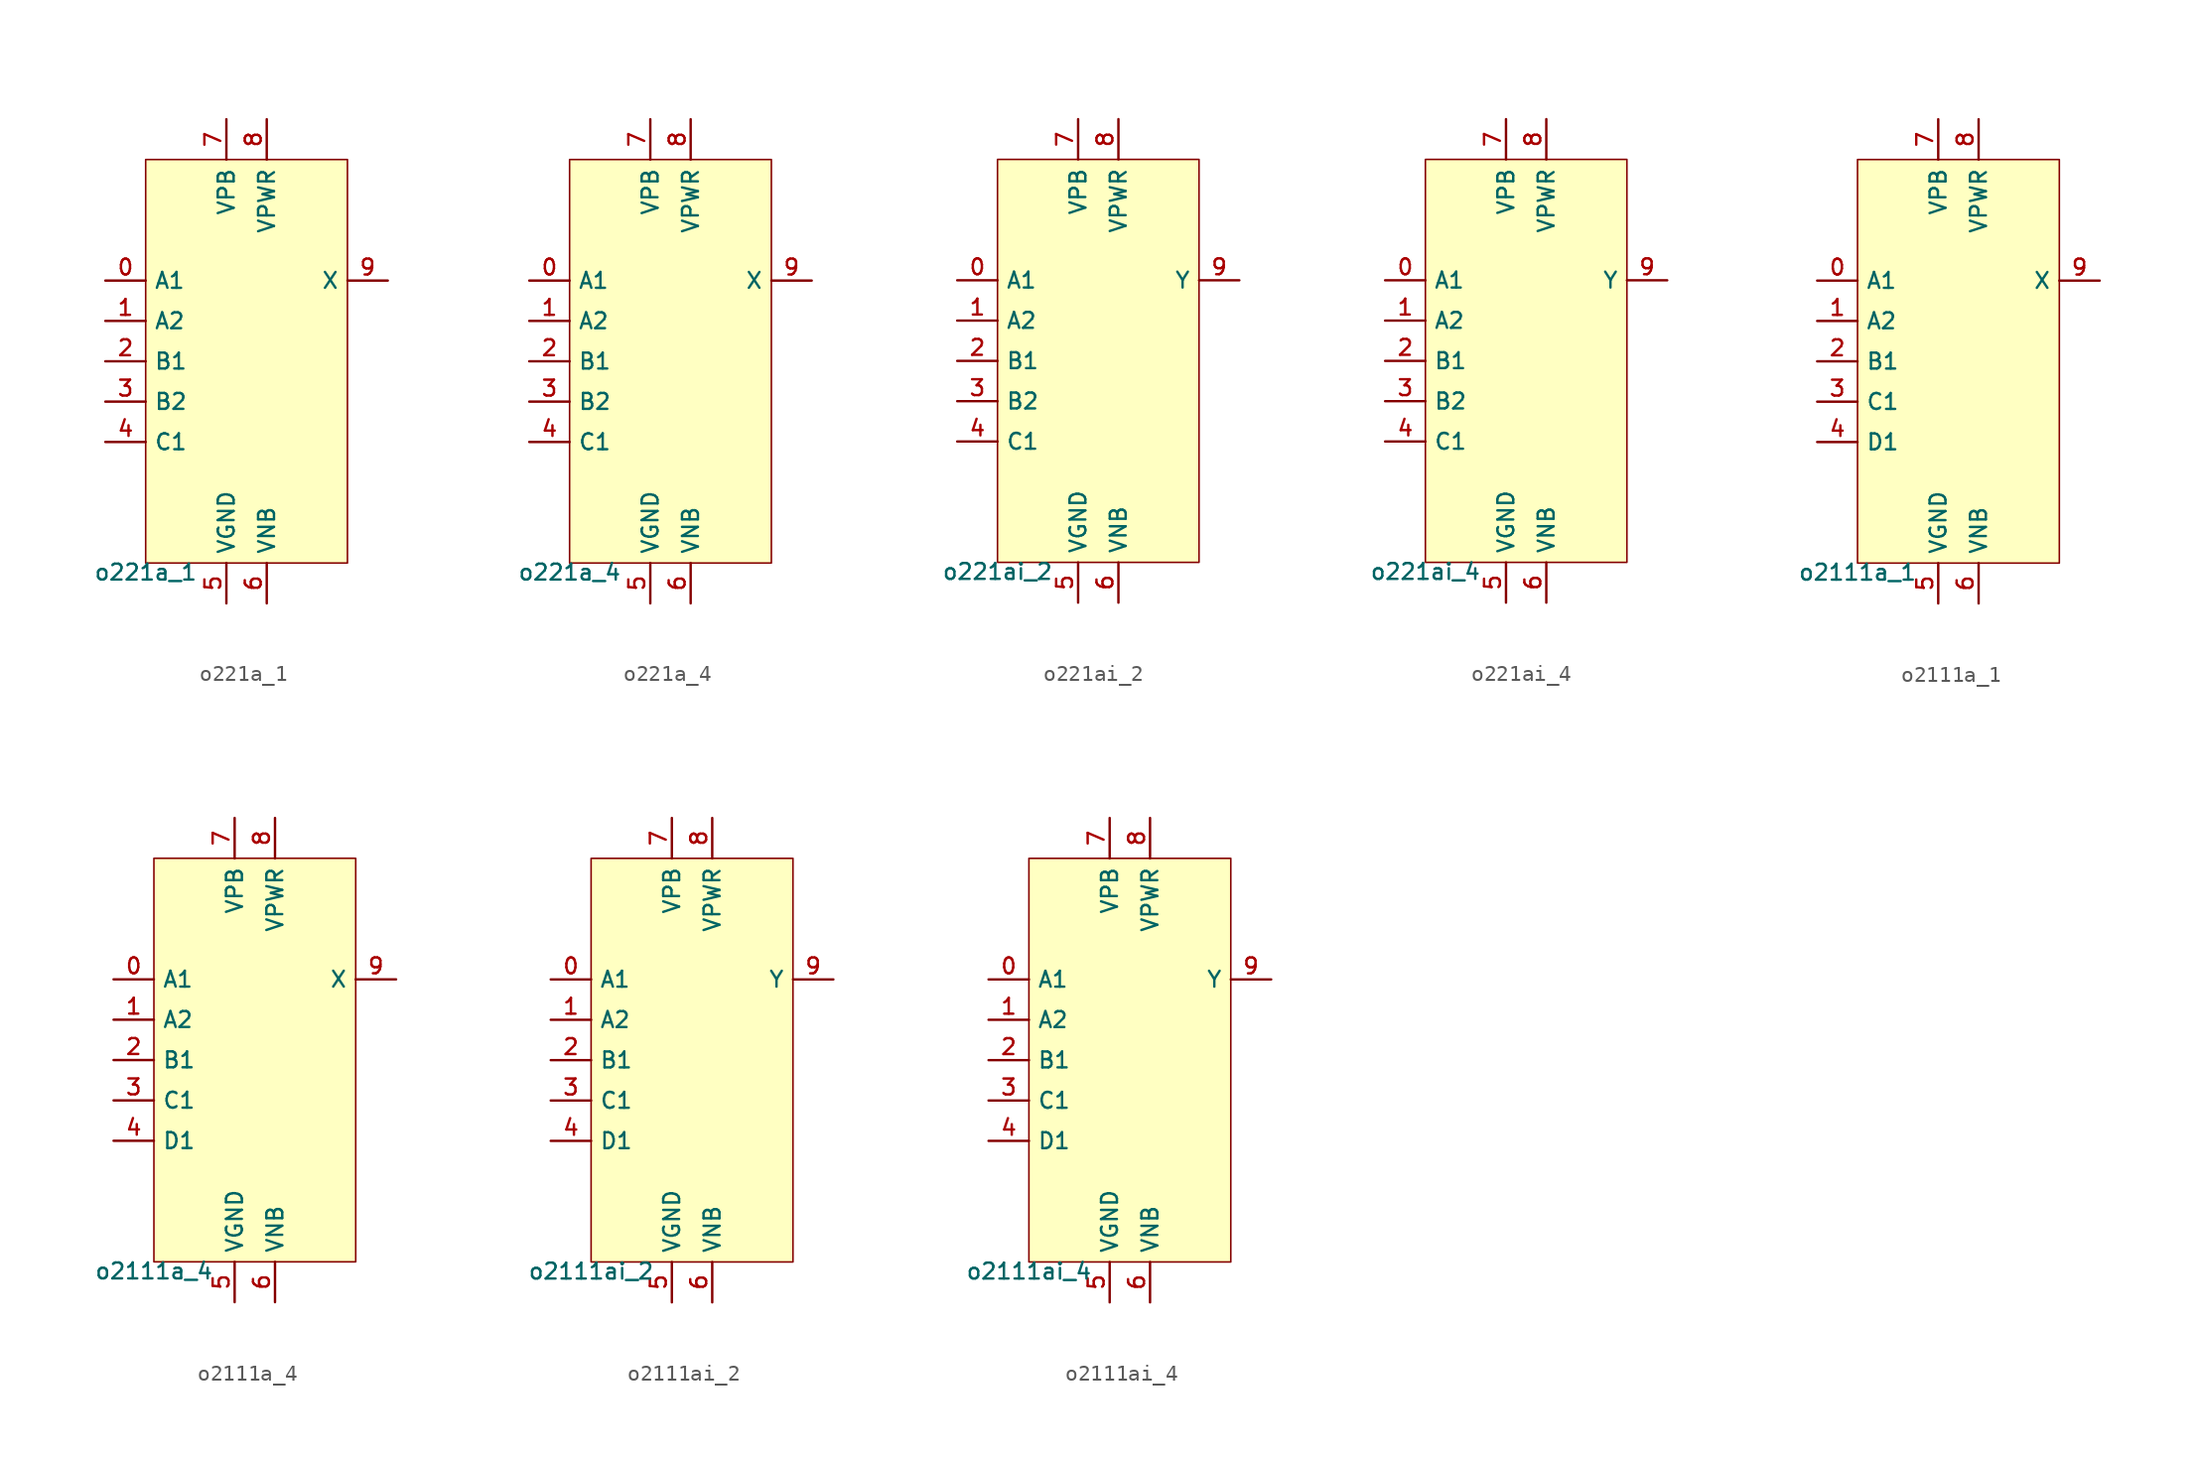
<source format=kicad_sym>
(kicad_symbol_lib
  (version 20211014)
  (generator pdk2kicad)
  (symbol "o221a_1"
    (property "Reference" "X"
      (at 0 0 0)
      (effects (font (size 1 1)) hide))
    (property "Value" "o221a_1"
      (at -6.35 -12.7 0)
      (effects (font (size 1 1)) (justify top)))
    (rectangle
      (start -6.35 -12.7)
      (end 6.35 12.7)
      (stroke (width 0.1) (type solid) (color 0 0 0 0))
      (fill (type background)))
    (pin input line
      (at -8.89 5.08 0)
      (length 2.54)
      (name "A1" (effects (font (size 1 1)) hide))
      (number "0" (effects (font (size 1 1)) hide)))
    (pin input line
      (at -8.89 2.54 0)
      (length 2.54)
      (name "A2" (effects (font (size 1 1)) hide))
      (number "1" (effects (font (size 1 1)) hide)))
    (pin input line
      (at -8.89 -8.881784197001252e-16 0)
      (length 2.54)
      (name "B1" (effects (font (size 1 1)) hide))
      (number "2" (effects (font (size 1 1)) hide)))
    (pin input line
      (at -8.89 -2.54 0)
      (length 2.54)
      (name "B2" (effects (font (size 1 1)) hide))
      (number "3" (effects (font (size 1 1)) hide)))
    (pin input line
      (at -8.89 -5.08 0)
      (length 2.54)
      (name "C1" (effects (font (size 1 1)) hide))
      (number "4" (effects (font (size 1 1)) hide)))
    (pin power_in line
      (at -1.27 -15.24 90)
      (length 2.54)
      (name "VGND" (effects (font (size 1 1)) hide))
      (number "5" (effects (font (size 1 1)) hide)))
    (pin power_in line
      (at 1.27 -15.24 90)
      (length 2.54)
      (name "VNB" (effects (font (size 1 1)) hide))
      (number "6" (effects (font (size 1 1)) hide)))
    (pin power_in line
      (at -1.27 15.24 270)
      (length 2.54)
      (name "VPB" (effects (font (size 1 1)) hide))
      (number "7" (effects (font (size 1 1)) hide)))
    (pin power_in line
      (at 1.27 15.24 270)
      (length 2.54)
      (name "VPWR" (effects (font (size 1 1)) hide))
      (number "8" (effects (font (size 1 1)) hide)))
    (pin output line
      (at 8.89 5.08 180)
      (length 2.54)
      (name "X" (effects (font (size 1 1)) hide))
      (number "9" (effects (font (size 1 1)) hide))))
  (symbol "o221a_4"
    (property "Reference" "X"
      (at 0 0 0)
      (effects (font (size 1 1)) hide))
    (property "Value" "o221a_4"
      (at -6.35 -12.7 0)
      (effects (font (size 1 1)) (justify top)))
    (rectangle
      (start -6.35 -12.7)
      (end 6.35 12.7)
      (stroke (width 0.1) (type solid) (color 0 0 0 0))
      (fill (type background)))
    (pin input line
      (at -8.89 5.08 0)
      (length 2.54)
      (name "A1" (effects (font (size 1 1)) hide))
      (number "0" (effects (font (size 1 1)) hide)))
    (pin input line
      (at -8.89 2.54 0)
      (length 2.54)
      (name "A2" (effects (font (size 1 1)) hide))
      (number "1" (effects (font (size 1 1)) hide)))
    (pin input line
      (at -8.89 -8.881784197001252e-16 0)
      (length 2.54)
      (name "B1" (effects (font (size 1 1)) hide))
      (number "2" (effects (font (size 1 1)) hide)))
    (pin input line
      (at -8.89 -2.54 0)
      (length 2.54)
      (name "B2" (effects (font (size 1 1)) hide))
      (number "3" (effects (font (size 1 1)) hide)))
    (pin input line
      (at -8.89 -5.08 0)
      (length 2.54)
      (name "C1" (effects (font (size 1 1)) hide))
      (number "4" (effects (font (size 1 1)) hide)))
    (pin power_in line
      (at -1.27 -15.24 90)
      (length 2.54)
      (name "VGND" (effects (font (size 1 1)) hide))
      (number "5" (effects (font (size 1 1)) hide)))
    (pin power_in line
      (at 1.27 -15.24 90)
      (length 2.54)
      (name "VNB" (effects (font (size 1 1)) hide))
      (number "6" (effects (font (size 1 1)) hide)))
    (pin power_in line
      (at -1.27 15.24 270)
      (length 2.54)
      (name "VPB" (effects (font (size 1 1)) hide))
      (number "7" (effects (font (size 1 1)) hide)))
    (pin power_in line
      (at 1.27 15.24 270)
      (length 2.54)
      (name "VPWR" (effects (font (size 1 1)) hide))
      (number "8" (effects (font (size 1 1)) hide)))
    (pin output line
      (at 8.89 5.08 180)
      (length 2.54)
      (name "X" (effects (font (size 1 1)) hide))
      (number "9" (effects (font (size 1 1)) hide))))
  (symbol "o221ai_2"
    (property "Reference" "X"
      (at 0 0 0)
      (effects (font (size 1 1)) hide))
    (property "Value" "o221ai_2"
      (at -6.35 -12.7 0)
      (effects (font (size 1 1)) (justify top)))
    (rectangle
      (start -6.35 -12.7)
      (end 6.35 12.7)
      (stroke (width 0.1) (type solid) (color 0 0 0 0))
      (fill (type background)))
    (pin input line
      (at -8.89 5.08 0)
      (length 2.54)
      (name "A1" (effects (font (size 1 1)) hide))
      (number "0" (effects (font (size 1 1)) hide)))
    (pin input line
      (at -8.89 2.54 0)
      (length 2.54)
      (name "A2" (effects (font (size 1 1)) hide))
      (number "1" (effects (font (size 1 1)) hide)))
    (pin input line
      (at -8.89 -8.881784197001252e-16 0)
      (length 2.54)
      (name "B1" (effects (font (size 1 1)) hide))
      (number "2" (effects (font (size 1 1)) hide)))
    (pin input line
      (at -8.89 -2.54 0)
      (length 2.54)
      (name "B2" (effects (font (size 1 1)) hide))
      (number "3" (effects (font (size 1 1)) hide)))
    (pin input line
      (at -8.89 -5.08 0)
      (length 2.54)
      (name "C1" (effects (font (size 1 1)) hide))
      (number "4" (effects (font (size 1 1)) hide)))
    (pin power_in line
      (at -1.27 -15.24 90)
      (length 2.54)
      (name "VGND" (effects (font (size 1 1)) hide))
      (number "5" (effects (font (size 1 1)) hide)))
    (pin power_in line
      (at 1.27 -15.24 90)
      (length 2.54)
      (name "VNB" (effects (font (size 1 1)) hide))
      (number "6" (effects (font (size 1 1)) hide)))
    (pin power_in line
      (at -1.27 15.24 270)
      (length 2.54)
      (name "VPB" (effects (font (size 1 1)) hide))
      (number "7" (effects (font (size 1 1)) hide)))
    (pin power_in line
      (at 1.27 15.24 270)
      (length 2.54)
      (name "VPWR" (effects (font (size 1 1)) hide))
      (number "8" (effects (font (size 1 1)) hide)))
    (pin output line
      (at 8.89 5.08 180)
      (length 2.54)
      (name "Y" (effects (font (size 1 1)) hide))
      (number "9" (effects (font (size 1 1)) hide))))
  (symbol "o221ai_4"
    (property "Reference" "X"
      (at 0 0 0)
      (effects (font (size 1 1)) hide))
    (property "Value" "o221ai_4"
      (at -6.35 -12.7 0)
      (effects (font (size 1 1)) (justify top)))
    (rectangle
      (start -6.35 -12.7)
      (end 6.35 12.7)
      (stroke (width 0.1) (type solid) (color 0 0 0 0))
      (fill (type background)))
    (pin input line
      (at -8.89 5.08 0)
      (length 2.54)
      (name "A1" (effects (font (size 1 1)) hide))
      (number "0" (effects (font (size 1 1)) hide)))
    (pin input line
      (at -8.89 2.54 0)
      (length 2.54)
      (name "A2" (effects (font (size 1 1)) hide))
      (number "1" (effects (font (size 1 1)) hide)))
    (pin input line
      (at -8.89 -8.881784197001252e-16 0)
      (length 2.54)
      (name "B1" (effects (font (size 1 1)) hide))
      (number "2" (effects (font (size 1 1)) hide)))
    (pin input line
      (at -8.89 -2.54 0)
      (length 2.54)
      (name "B2" (effects (font (size 1 1)) hide))
      (number "3" (effects (font (size 1 1)) hide)))
    (pin input line
      (at -8.89 -5.08 0)
      (length 2.54)
      (name "C1" (effects (font (size 1 1)) hide))
      (number "4" (effects (font (size 1 1)) hide)))
    (pin power_in line
      (at -1.27 -15.24 90)
      (length 2.54)
      (name "VGND" (effects (font (size 1 1)) hide))
      (number "5" (effects (font (size 1 1)) hide)))
    (pin power_in line
      (at 1.27 -15.24 90)
      (length 2.54)
      (name "VNB" (effects (font (size 1 1)) hide))
      (number "6" (effects (font (size 1 1)) hide)))
    (pin power_in line
      (at -1.27 15.24 270)
      (length 2.54)
      (name "VPB" (effects (font (size 1 1)) hide))
      (number "7" (effects (font (size 1 1)) hide)))
    (pin power_in line
      (at 1.27 15.24 270)
      (length 2.54)
      (name "VPWR" (effects (font (size 1 1)) hide))
      (number "8" (effects (font (size 1 1)) hide)))
    (pin output line
      (at 8.89 5.08 180)
      (length 2.54)
      (name "Y" (effects (font (size 1 1)) hide))
      (number "9" (effects (font (size 1 1)) hide))))
  (symbol "o2111a_1"
    (property "Reference" "X"
      (at 0 0 0)
      (effects (font (size 1 1)) hide))
    (property "Value" "o2111a_1"
      (at -6.35 -12.7 0)
      (effects (font (size 1 1)) (justify top)))
    (rectangle
      (start -6.35 -12.7)
      (end 6.35 12.7)
      (stroke (width 0.1) (type solid) (color 0 0 0 0))
      (fill (type background)))
    (pin input line
      (at -8.89 5.08 0)
      (length 2.54)
      (name "A1" (effects (font (size 1 1)) hide))
      (number "0" (effects (font (size 1 1)) hide)))
    (pin input line
      (at -8.89 2.54 0)
      (length 2.54)
      (name "A2" (effects (font (size 1 1)) hide))
      (number "1" (effects (font (size 1 1)) hide)))
    (pin input line
      (at -8.89 -8.881784197001252e-16 0)
      (length 2.54)
      (name "B1" (effects (font (size 1 1)) hide))
      (number "2" (effects (font (size 1 1)) hide)))
    (pin input line
      (at -8.89 -2.54 0)
      (length 2.54)
      (name "C1" (effects (font (size 1 1)) hide))
      (number "3" (effects (font (size 1 1)) hide)))
    (pin input line
      (at -8.89 -5.08 0)
      (length 2.54)
      (name "D1" (effects (font (size 1 1)) hide))
      (number "4" (effects (font (size 1 1)) hide)))
    (pin power_in line
      (at -1.27 -15.24 90)
      (length 2.54)
      (name "VGND" (effects (font (size 1 1)) hide))
      (number "5" (effects (font (size 1 1)) hide)))
    (pin power_in line
      (at 1.27 -15.24 90)
      (length 2.54)
      (name "VNB" (effects (font (size 1 1)) hide))
      (number "6" (effects (font (size 1 1)) hide)))
    (pin power_in line
      (at -1.27 15.24 270)
      (length 2.54)
      (name "VPB" (effects (font (size 1 1)) hide))
      (number "7" (effects (font (size 1 1)) hide)))
    (pin power_in line
      (at 1.27 15.24 270)
      (length 2.54)
      (name "VPWR" (effects (font (size 1 1)) hide))
      (number "8" (effects (font (size 1 1)) hide)))
    (pin output line
      (at 8.89 5.08 180)
      (length 2.54)
      (name "X" (effects (font (size 1 1)) hide))
      (number "9" (effects (font (size 1 1)) hide))))
  (symbol "o2111a_4"
    (property "Reference" "X"
      (at 0 0 0)
      (effects (font (size 1 1)) hide))
    (property "Value" "o2111a_4"
      (at -6.35 -12.7 0)
      (effects (font (size 1 1)) (justify top)))
    (rectangle
      (start -6.35 -12.7)
      (end 6.35 12.7)
      (stroke (width 0.1) (type solid) (color 0 0 0 0))
      (fill (type background)))
    (pin input line
      (at -8.89 5.08 0)
      (length 2.54)
      (name "A1" (effects (font (size 1 1)) hide))
      (number "0" (effects (font (size 1 1)) hide)))
    (pin input line
      (at -8.89 2.54 0)
      (length 2.54)
      (name "A2" (effects (font (size 1 1)) hide))
      (number "1" (effects (font (size 1 1)) hide)))
    (pin input line
      (at -8.89 -8.881784197001252e-16 0)
      (length 2.54)
      (name "B1" (effects (font (size 1 1)) hide))
      (number "2" (effects (font (size 1 1)) hide)))
    (pin input line
      (at -8.89 -2.54 0)
      (length 2.54)
      (name "C1" (effects (font (size 1 1)) hide))
      (number "3" (effects (font (size 1 1)) hide)))
    (pin input line
      (at -8.89 -5.08 0)
      (length 2.54)
      (name "D1" (effects (font (size 1 1)) hide))
      (number "4" (effects (font (size 1 1)) hide)))
    (pin power_in line
      (at -1.27 -15.24 90)
      (length 2.54)
      (name "VGND" (effects (font (size 1 1)) hide))
      (number "5" (effects (font (size 1 1)) hide)))
    (pin power_in line
      (at 1.27 -15.24 90)
      (length 2.54)
      (name "VNB" (effects (font (size 1 1)) hide))
      (number "6" (effects (font (size 1 1)) hide)))
    (pin power_in line
      (at -1.27 15.24 270)
      (length 2.54)
      (name "VPB" (effects (font (size 1 1)) hide))
      (number "7" (effects (font (size 1 1)) hide)))
    (pin power_in line
      (at 1.27 15.24 270)
      (length 2.54)
      (name "VPWR" (effects (font (size 1 1)) hide))
      (number "8" (effects (font (size 1 1)) hide)))
    (pin output line
      (at 8.89 5.08 180)
      (length 2.54)
      (name "X" (effects (font (size 1 1)) hide))
      (number "9" (effects (font (size 1 1)) hide))))
  (symbol "o2111ai_2"
    (property "Reference" "X"
      (at 0 0 0)
      (effects (font (size 1 1)) hide))
    (property "Value" "o2111ai_2"
      (at -6.35 -12.7 0)
      (effects (font (size 1 1)) (justify top)))
    (rectangle
      (start -6.35 -12.7)
      (end 6.35 12.7)
      (stroke (width 0.1) (type solid) (color 0 0 0 0))
      (fill (type background)))
    (pin input line
      (at -8.89 5.08 0)
      (length 2.54)
      (name "A1" (effects (font (size 1 1)) hide))
      (number "0" (effects (font (size 1 1)) hide)))
    (pin input line
      (at -8.89 2.54 0)
      (length 2.54)
      (name "A2" (effects (font (size 1 1)) hide))
      (number "1" (effects (font (size 1 1)) hide)))
    (pin input line
      (at -8.89 -8.881784197001252e-16 0)
      (length 2.54)
      (name "B1" (effects (font (size 1 1)) hide))
      (number "2" (effects (font (size 1 1)) hide)))
    (pin input line
      (at -8.89 -2.54 0)
      (length 2.54)
      (name "C1" (effects (font (size 1 1)) hide))
      (number "3" (effects (font (size 1 1)) hide)))
    (pin input line
      (at -8.89 -5.08 0)
      (length 2.54)
      (name "D1" (effects (font (size 1 1)) hide))
      (number "4" (effects (font (size 1 1)) hide)))
    (pin power_in line
      (at -1.27 -15.24 90)
      (length 2.54)
      (name "VGND" (effects (font (size 1 1)) hide))
      (number "5" (effects (font (size 1 1)) hide)))
    (pin power_in line
      (at 1.27 -15.24 90)
      (length 2.54)
      (name "VNB" (effects (font (size 1 1)) hide))
      (number "6" (effects (font (size 1 1)) hide)))
    (pin power_in line
      (at -1.27 15.24 270)
      (length 2.54)
      (name "VPB" (effects (font (size 1 1)) hide))
      (number "7" (effects (font (size 1 1)) hide)))
    (pin power_in line
      (at 1.27 15.24 270)
      (length 2.54)
      (name "VPWR" (effects (font (size 1 1)) hide))
      (number "8" (effects (font (size 1 1)) hide)))
    (pin output line
      (at 8.89 5.08 180)
      (length 2.54)
      (name "Y" (effects (font (size 1 1)) hide))
      (number "9" (effects (font (size 1 1)) hide))))
  (symbol "o2111ai_4"
    (property "Reference" "X"
      (at 0 0 0)
      (effects (font (size 1 1)) hide))
    (property "Value" "o2111ai_4"
      (at -6.35 -12.7 0)
      (effects (font (size 1 1)) (justify top)))
    (rectangle
      (start -6.35 -12.7)
      (end 6.35 12.7)
      (stroke (width 0.1) (type solid) (color 0 0 0 0))
      (fill (type background)))
    (pin input line
      (at -8.89 5.08 0)
      (length 2.54)
      (name "A1" (effects (font (size 1 1)) hide))
      (number "0" (effects (font (size 1 1)) hide)))
    (pin input line
      (at -8.89 2.54 0)
      (length 2.54)
      (name "A2" (effects (font (size 1 1)) hide))
      (number "1" (effects (font (size 1 1)) hide)))
    (pin input line
      (at -8.89 -8.881784197001252e-16 0)
      (length 2.54)
      (name "B1" (effects (font (size 1 1)) hide))
      (number "2" (effects (font (size 1 1)) hide)))
    (pin input line
      (at -8.89 -2.54 0)
      (length 2.54)
      (name "C1" (effects (font (size 1 1)) hide))
      (number "3" (effects (font (size 1 1)) hide)))
    (pin input line
      (at -8.89 -5.08 0)
      (length 2.54)
      (name "D1" (effects (font (size 1 1)) hide))
      (number "4" (effects (font (size 1 1)) hide)))
    (pin power_in line
      (at -1.27 -15.24 90)
      (length 2.54)
      (name "VGND" (effects (font (size 1 1)) hide))
      (number "5" (effects (font (size 1 1)) hide)))
    (pin power_in line
      (at 1.27 -15.24 90)
      (length 2.54)
      (name "VNB" (effects (font (size 1 1)) hide))
      (number "6" (effects (font (size 1 1)) hide)))
    (pin power_in line
      (at -1.27 15.24 270)
      (length 2.54)
      (name "VPB" (effects (font (size 1 1)) hide))
      (number "7" (effects (font (size 1 1)) hide)))
    (pin power_in line
      (at 1.27 15.24 270)
      (length 2.54)
      (name "VPWR" (effects (font (size 1 1)) hide))
      (number "8" (effects (font (size 1 1)) hide)))
    (pin output line
      (at 8.89 5.08 180)
      (length 2.54)
      (name "Y" (effects (font (size 1 1)) hide))
      (number "9" (effects (font (size 1 1)) hide)))))
</source>
